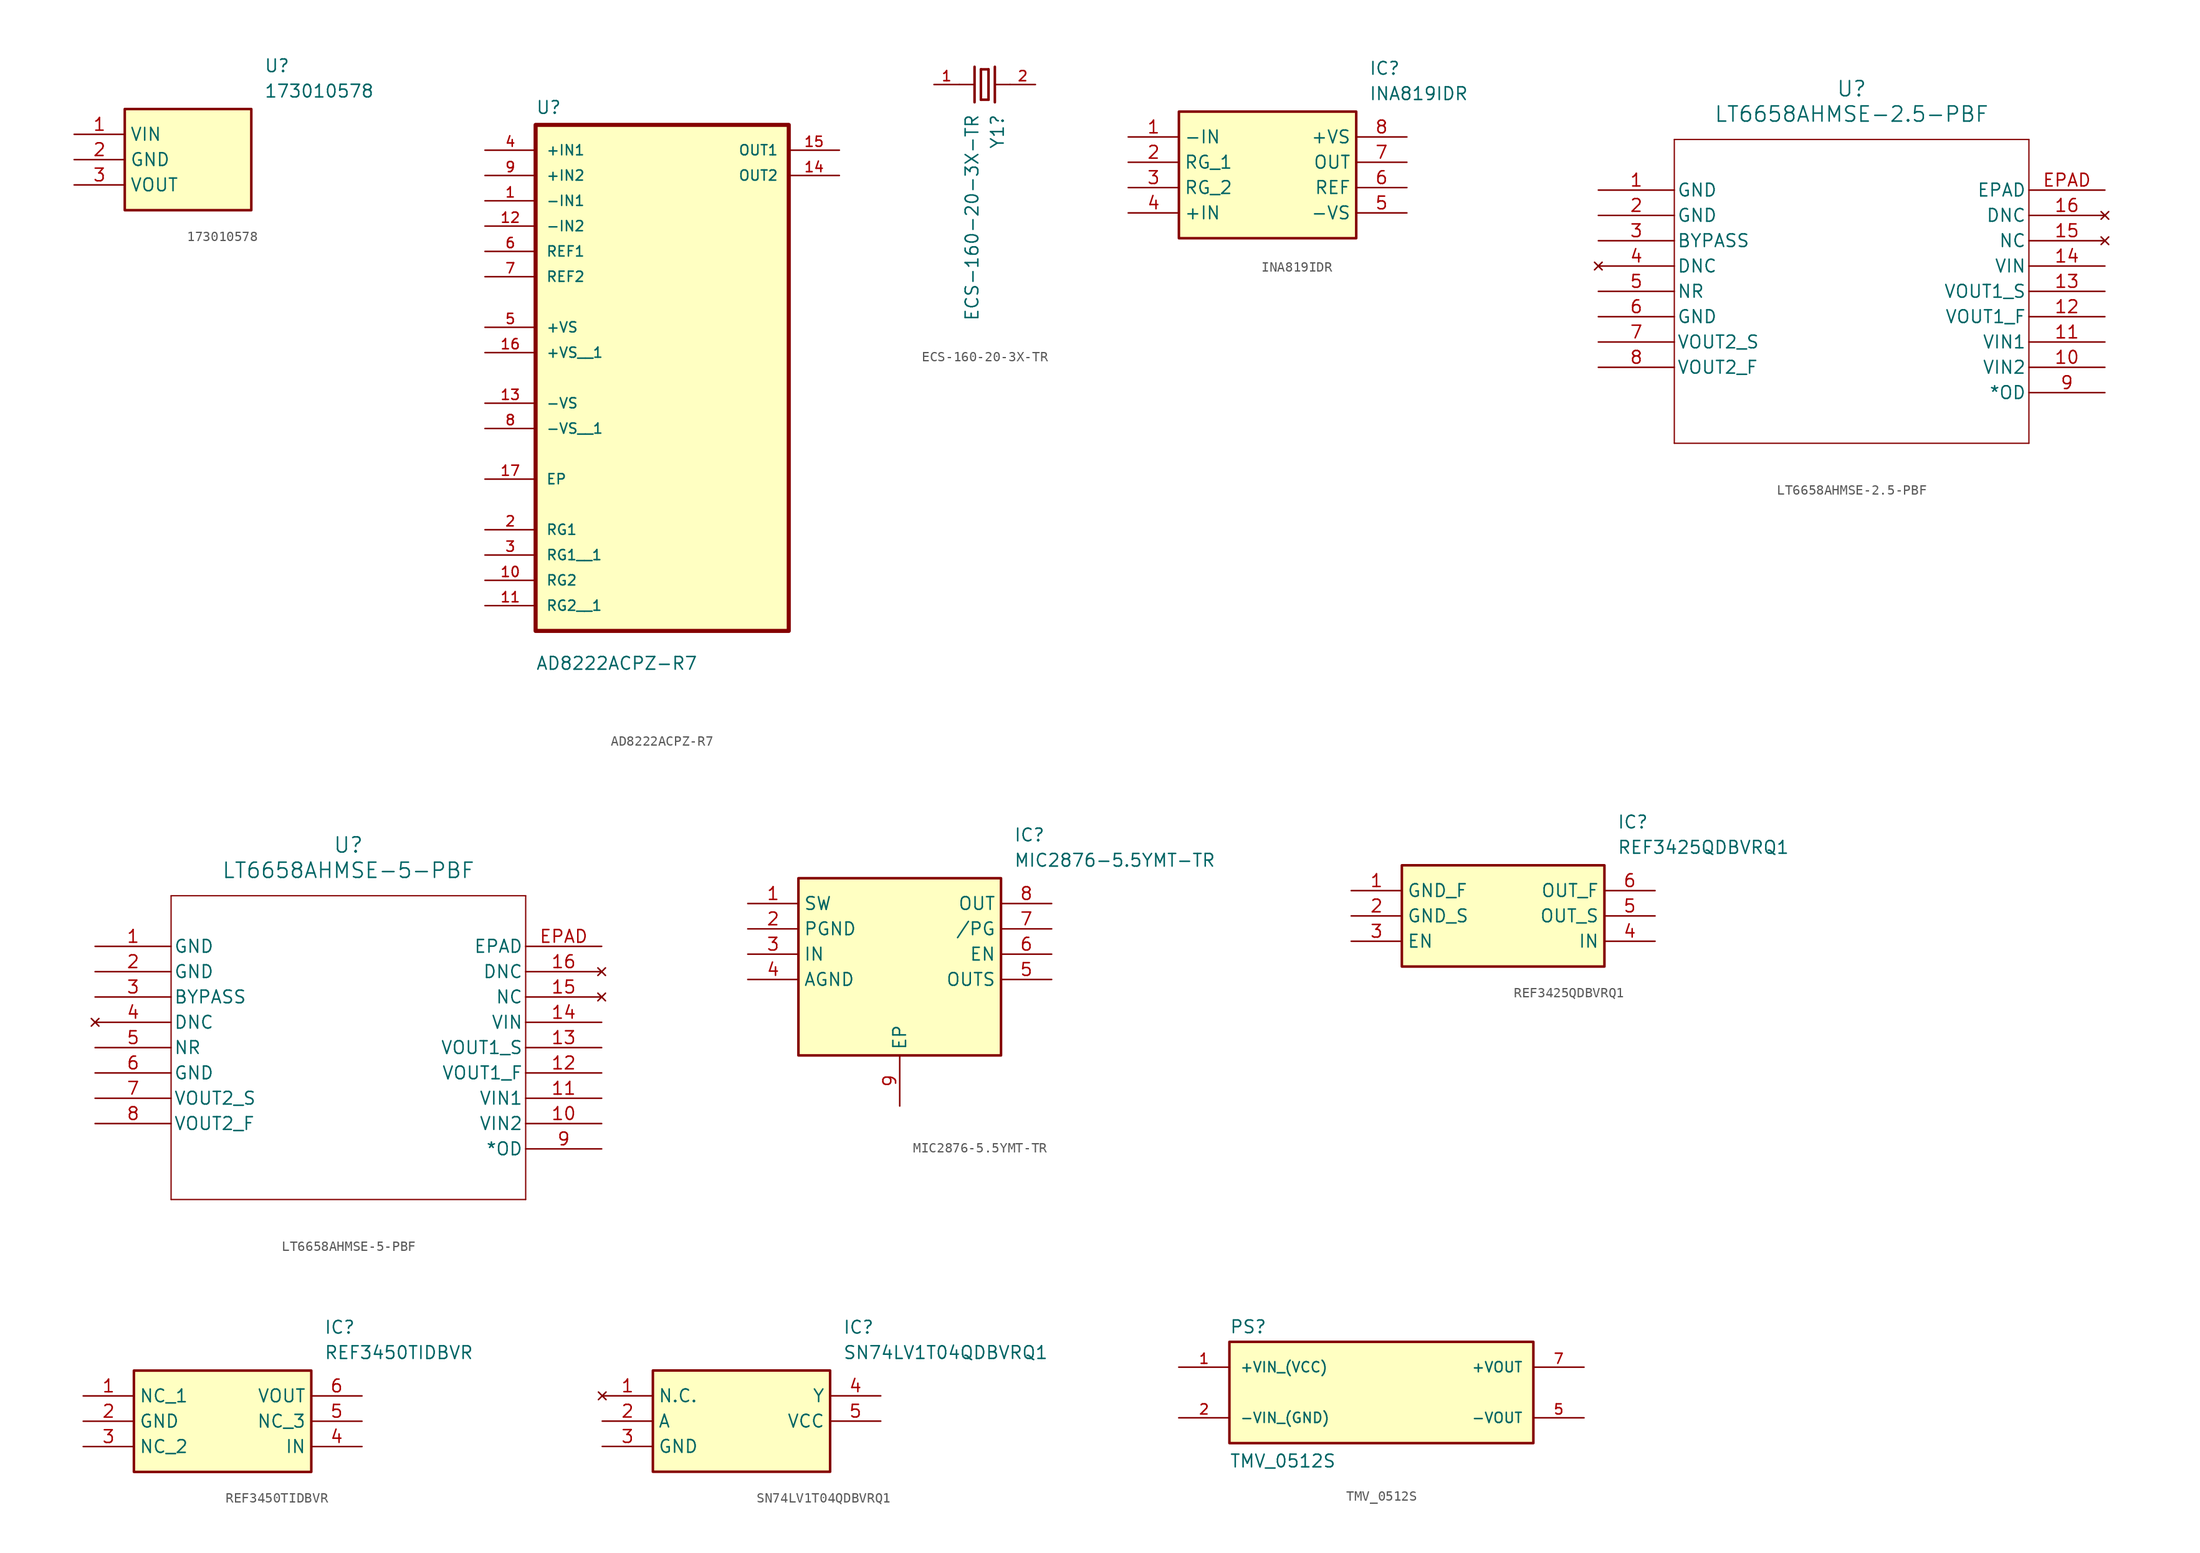
<source format=kicad_sym>
(kicad_symbol_lib
  (version 20220914)
  (generator kicad_symbol_editor)
  (symbol "173010578"
    (property "Reference" "U"
      (at 19.05 7.62 0)
      (effects (font (size 1.27 1.27)) (justify left top)))
    (property "Value" "173010578"
      (at 19.05 5.08 0)
      (effects (font (size 1.27 1.27)) (justify left top)))
    (symbol "173010578_1_1"
      (rectangle (start 5.08 2.54) (end 17.78 -7.62) (stroke (width 0.254) (type default)) (fill (type background)))
      (pin passive line (at 0 0 0) (length 5.08) (name "VIN" (effects (font (size 1.27 1.27)))) (number "1" (effects (font (size 1.27 1.27)))))
      (pin passive line (at 0 -2.54 0) (length 5.08) (name "GND" (effects (font (size 1.27 1.27)))) (number "2" (effects (font (size 1.27 1.27)))))
      (pin passive line (at 0 -5.08 0) (length 5.08) (name "VOUT" (effects (font (size 1.27 1.27)))) (number "3" (effects (font (size 1.27 1.27)))))))
  (symbol "AD8222ACPZ-R7"
    (pin_names
      (offset 1.016))
    (property "Reference" "U"
      (at -12.7 21.32 0)
      (effects (font (size 1.27 1.27)) (justify left bottom)))
    (property "Value" "AD8222ACPZ-R7"
      (at -12.7 -34.48 0)
      (effects (font (size 1.27 1.27)) (justify left bottom)))
    (symbol "AD8222ACPZ-R7_0_0"
      (rectangle (start -12.7 -30.48) (end 12.7 20.32) (stroke (width 0.41) (type default)) (fill (type background)))
      (pin input line (at -17.78 12.7 0) (length 5.08) (name "-IN1" (effects (font (size 1.016 1.016)))) (number "1" (effects (font (size 1.016 1.016)))))
      (pin bidirectional line (at -17.78 -25.4 0) (length 5.08) (name "RG2" (effects (font (size 1.016 1.016)))) (number "10" (effects (font (size 1.016 1.016)))))
      (pin bidirectional line (at -17.78 -27.94 0) (length 5.08) (name "RG2__1" (effects (font (size 1.016 1.016)))) (number "11" (effects (font (size 1.016 1.016)))))
      (pin input line (at -17.78 10.16 0) (length 5.08) (name "-IN2" (effects (font (size 1.016 1.016)))) (number "12" (effects (font (size 1.016 1.016)))))
      (pin bidirectional line (at -17.78 -7.62 0) (length 5.08) (name "-VS" (effects (font (size 1.016 1.016)))) (number "13" (effects (font (size 1.016 1.016)))))
      (pin output line (at 17.78 15.24 180) (length 5.08) (name "OUT2" (effects (font (size 1.016 1.016)))) (number "14" (effects (font (size 1.016 1.016)))))
      (pin output line (at 17.78 17.78 180) (length 5.08) (name "OUT1" (effects (font (size 1.016 1.016)))) (number "15" (effects (font (size 1.016 1.016)))))
      (pin bidirectional line (at -17.78 -2.54 0) (length 5.08) (name "+VS__1" (effects (font (size 1.016 1.016)))) (number "16" (effects (font (size 1.016 1.016)))))
      (pin bidirectional line (at -17.78 -15.24 0) (length 5.08) (name "EP" (effects (font (size 1.016 1.016)))) (number "17" (effects (font (size 1.016 1.016)))))
      (pin bidirectional line (at -17.78 -20.32 0) (length 5.08) (name "RG1" (effects (font (size 1.016 1.016)))) (number "2" (effects (font (size 1.016 1.016)))))
      (pin bidirectional line (at -17.78 -22.86 0) (length 5.08) (name "RG1__1" (effects (font (size 1.016 1.016)))) (number "3" (effects (font (size 1.016 1.016)))))
      (pin input line (at -17.78 17.78 0) (length 5.08) (name "+IN1" (effects (font (size 1.016 1.016)))) (number "4" (effects (font (size 1.016 1.016)))))
      (pin bidirectional line (at -17.78 0 0) (length 5.08) (name "+VS" (effects (font (size 1.016 1.016)))) (number "5" (effects (font (size 1.016 1.016)))))
      (pin input line (at -17.78 7.62 0) (length 5.08) (name "REF1" (effects (font (size 1.016 1.016)))) (number "6" (effects (font (size 1.016 1.016)))))
      (pin input line (at -17.78 5.08 0) (length 5.08) (name "REF2" (effects (font (size 1.016 1.016)))) (number "7" (effects (font (size 1.016 1.016)))))
      (pin bidirectional line (at -17.78 -10.16 0) (length 5.08) (name "-VS__1" (effects (font (size 1.016 1.016)))) (number "8" (effects (font (size 1.016 1.016)))))
      (pin input line (at -17.78 15.24 0) (length 5.08) (name "+IN2" (effects (font (size 1.016 1.016)))) (number "9" (effects (font (size 1.016 1.016)))))))
  (symbol "ECS-160-20-3X-TR"
    (pin_names
      (offset 1.016))
    (property "Reference" "Y1"
      (at 1.27 -2.921 90)
      (effects (font (size 1.27 1.27)) (justify right)))
    (property "Value" "ECS-160-20-3X-TR"
      (at -1.27 -2.921 90)
      (effects (font (size 1.27 1.27)) (justify right)))
    (symbol "ECS-160-20-3X-TR_0_0"
      (polyline (pts (xy -2.54 0) (xy -1.016 0)) (stroke (width 0.152) (type default)) (fill (type none)))
      (polyline (pts (xy -1.016 1.778) (xy -1.016 -1.778)) (stroke (width 0.254) (type default)) (fill (type none)))
      (polyline (pts (xy -0.381 -1.524) (xy 0.381 -1.524)) (stroke (width 0.254) (type default)) (fill (type none)))
      (polyline (pts (xy -0.381 1.524) (xy -0.381 -1.524)) (stroke (width 0.254) (type default)) (fill (type none)))
      (polyline (pts (xy 0.381 -1.524) (xy 0.381 1.524)) (stroke (width 0.254) (type default)) (fill (type none)))
      (polyline (pts (xy 0.381 1.524) (xy -0.381 1.524)) (stroke (width 0.254) (type default)) (fill (type none)))
      (polyline (pts (xy 1.016 0) (xy 2.54 0)) (stroke (width 0.152) (type default)) (fill (type none)))
      (polyline (pts (xy 1.016 1.778) (xy 1.016 -1.778)) (stroke (width 0.254) (type default)) (fill (type none)))
      (pin passive line (at -5.08 0 0) (length 2.54) (name "~" (effects (font (size 1.016 1.016)))) (number "1" (effects (font (size 1.016 1.016)))))
      (pin passive line (at 5.08 0 180) (length 2.54) (name "~" (effects (font (size 1.016 1.016)))) (number "2" (effects (font (size 1.016 1.016)))))))
  (symbol "INA819IDR"
    (property "Reference" "IC"
      (at 24.13 7.62 0)
      (effects (font (size 1.27 1.27)) (justify left top)))
    (property "Value" "INA819IDR"
      (at 24.13 5.08 0)
      (effects (font (size 1.27 1.27)) (justify left top)))
    (symbol "INA819IDR_1_1"
      (rectangle (start 5.08 2.54) (end 22.86 -10.16) (stroke (width 0.254) (type default)) (fill (type background)))
      (pin passive line (at 0 0 0) (length 5.08) (name "-IN" (effects (font (size 1.27 1.27)))) (number "1" (effects (font (size 1.27 1.27)))))
      (pin passive line (at 0 -2.54 0) (length 5.08) (name "RG_1" (effects (font (size 1.27 1.27)))) (number "2" (effects (font (size 1.27 1.27)))))
      (pin passive line (at 0 -5.08 0) (length 5.08) (name "RG_2" (effects (font (size 1.27 1.27)))) (number "3" (effects (font (size 1.27 1.27)))))
      (pin passive line (at 0 -7.62 0) (length 5.08) (name "+IN" (effects (font (size 1.27 1.27)))) (number "4" (effects (font (size 1.27 1.27)))))
      (pin passive line (at 27.94 -7.62 180) (length 5.08) (name "-VS" (effects (font (size 1.27 1.27)))) (number "5" (effects (font (size 1.27 1.27)))))
      (pin passive line (at 27.94 -5.08 180) (length 5.08) (name "REF" (effects (font (size 1.27 1.27)))) (number "6" (effects (font (size 1.27 1.27)))))
      (pin passive line (at 27.94 -2.54 180) (length 5.08) (name "OUT" (effects (font (size 1.27 1.27)))) (number "7" (effects (font (size 1.27 1.27)))))
      (pin passive line (at 27.94 0 180) (length 5.08) (name "+VS" (effects (font (size 1.27 1.27)))) (number "8" (effects (font (size 1.27 1.27)))))))
  (symbol "LT6658AHMSE-2.5-PBF"
    (pin_names
      (offset 0.254))
    (property "Reference" "U"
      (at 25.4 10.16 0)
      (effects (font (size 1.524 1.524))))
    (property "Value" "LT6658AHMSE-2.5-PBF"
      (at 25.4 7.62 0)
      (effects (font (size 1.524 1.524))))
    (symbol "LT6658AHMSE-2.5-PBF_0_1"
      (polyline (pts (xy 7.62 -25.4) (xy 43.18 -25.4)) (stroke (width 0.127) (type default)) (fill (type none)))
      (polyline (pts (xy 7.62 5.08) (xy 7.62 -25.4)) (stroke (width 0.127) (type default)) (fill (type none)))
      (polyline (pts (xy 43.18 -25.4) (xy 43.18 5.08)) (stroke (width 0.127) (type default)) (fill (type none)))
      (polyline (pts (xy 43.18 5.08) (xy 7.62 5.08)) (stroke (width 0.127) (type default)) (fill (type none)))
      (pin power_in line (at 0 0 0) (length 7.62) (name "GND" (effects (font (size 1.27 1.27)))) (number "1" (effects (font (size 1.27 1.27)))))
      (pin input line (at 50.8 -17.78 180) (length 7.62) (name "VIN2" (effects (font (size 1.27 1.27)))) (number "10" (effects (font (size 1.27 1.27)))))
      (pin input line (at 50.8 -15.24 180) (length 7.62) (name "VIN1" (effects (font (size 1.27 1.27)))) (number "11" (effects (font (size 1.27 1.27)))))
      (pin output line (at 50.8 -12.7 180) (length 7.62) (name "VOUT1_F" (effects (font (size 1.27 1.27)))) (number "12" (effects (font (size 1.27 1.27)))))
      (pin output line (at 50.8 -10.16 180) (length 7.62) (name "VOUT1_S" (effects (font (size 1.27 1.27)))) (number "13" (effects (font (size 1.27 1.27)))))
      (pin input line (at 50.8 -7.62 180) (length 7.62) (name "VIN" (effects (font (size 1.27 1.27)))) (number "14" (effects (font (size 1.27 1.27)))))
      (pin no_connect line (at 50.8 -5.08 180) (length 7.62) (name "NC" (effects (font (size 1.27 1.27)))) (number "15" (effects (font (size 1.27 1.27)))))
      (pin no_connect line (at 50.8 -2.54 180) (length 7.62) (name "DNC" (effects (font (size 1.27 1.27)))) (number "16" (effects (font (size 1.27 1.27)))))
      (pin power_in line (at 0 -2.54 0) (length 7.62) (name "GND" (effects (font (size 1.27 1.27)))) (number "2" (effects (font (size 1.27 1.27)))))
      (pin unspecified line (at 0 -5.08 0) (length 7.62) (name "BYPASS" (effects (font (size 1.27 1.27)))) (number "3" (effects (font (size 1.27 1.27)))))
      (pin no_connect line (at 0 -7.62 0) (length 7.62) (name "DNC" (effects (font (size 1.27 1.27)))) (number "4" (effects (font (size 1.27 1.27)))))
      (pin unspecified line (at 0 -10.16 0) (length 7.62) (name "NR" (effects (font (size 1.27 1.27)))) (number "5" (effects (font (size 1.27 1.27)))))
      (pin power_in line (at 0 -12.7 0) (length 7.62) (name "GND" (effects (font (size 1.27 1.27)))) (number "6" (effects (font (size 1.27 1.27)))))
      (pin output line (at 0 -15.24 0) (length 7.62) (name "VOUT2_S" (effects (font (size 1.27 1.27)))) (number "7" (effects (font (size 1.27 1.27)))))
      (pin output line (at 0 -17.78 0) (length 7.62) (name "VOUT2_F" (effects (font (size 1.27 1.27)))) (number "8" (effects (font (size 1.27 1.27)))))
      (pin output line (at 50.8 -20.32 180) (length 7.62) (name "*OD" (effects (font (size 1.27 1.27)))) (number "9" (effects (font (size 1.27 1.27)))))
      (pin unspecified line (at 50.8 0 180) (length 7.62) (name "EPAD" (effects (font (size 1.27 1.27)))) (number "EPAD" (effects (font (size 1.27 1.27)))))))
  (symbol "LT6658AHMSE-5-PBF"
    (pin_names
      (offset 0.254))
    (property "Reference" "U"
      (at 25.4 10.16 0)
      (effects (font (size 1.524 1.524))))
    (property "Value" "LT6658AHMSE-5-PBF"
      (at 25.4 7.62 0)
      (effects (font (size 1.524 1.524))))
    (symbol "LT6658AHMSE-5-PBF_0_1"
      (polyline (pts (xy 7.62 -25.4) (xy 43.18 -25.4)) (stroke (width 0.127) (type default)) (fill (type none)))
      (polyline (pts (xy 7.62 5.08) (xy 7.62 -25.4)) (stroke (width 0.127) (type default)) (fill (type none)))
      (polyline (pts (xy 43.18 -25.4) (xy 43.18 5.08)) (stroke (width 0.127) (type default)) (fill (type none)))
      (polyline (pts (xy 43.18 5.08) (xy 7.62 5.08)) (stroke (width 0.127) (type default)) (fill (type none)))
      (pin power_in line (at 0 0 0) (length 7.62) (name "GND" (effects (font (size 1.27 1.27)))) (number "1" (effects (font (size 1.27 1.27)))))
      (pin input line (at 50.8 -17.78 180) (length 7.62) (name "VIN2" (effects (font (size 1.27 1.27)))) (number "10" (effects (font (size 1.27 1.27)))))
      (pin input line (at 50.8 -15.24 180) (length 7.62) (name "VIN1" (effects (font (size 1.27 1.27)))) (number "11" (effects (font (size 1.27 1.27)))))
      (pin output line (at 50.8 -12.7 180) (length 7.62) (name "VOUT1_F" (effects (font (size 1.27 1.27)))) (number "12" (effects (font (size 1.27 1.27)))))
      (pin output line (at 50.8 -10.16 180) (length 7.62) (name "VOUT1_S" (effects (font (size 1.27 1.27)))) (number "13" (effects (font (size 1.27 1.27)))))
      (pin input line (at 50.8 -7.62 180) (length 7.62) (name "VIN" (effects (font (size 1.27 1.27)))) (number "14" (effects (font (size 1.27 1.27)))))
      (pin no_connect line (at 50.8 -5.08 180) (length 7.62) (name "NC" (effects (font (size 1.27 1.27)))) (number "15" (effects (font (size 1.27 1.27)))))
      (pin no_connect line (at 50.8 -2.54 180) (length 7.62) (name "DNC" (effects (font (size 1.27 1.27)))) (number "16" (effects (font (size 1.27 1.27)))))
      (pin power_in line (at 0 -2.54 0) (length 7.62) (name "GND" (effects (font (size 1.27 1.27)))) (number "2" (effects (font (size 1.27 1.27)))))
      (pin unspecified line (at 0 -5.08 0) (length 7.62) (name "BYPASS" (effects (font (size 1.27 1.27)))) (number "3" (effects (font (size 1.27 1.27)))))
      (pin no_connect line (at 0 -7.62 0) (length 7.62) (name "DNC" (effects (font (size 1.27 1.27)))) (number "4" (effects (font (size 1.27 1.27)))))
      (pin unspecified line (at 0 -10.16 0) (length 7.62) (name "NR" (effects (font (size 1.27 1.27)))) (number "5" (effects (font (size 1.27 1.27)))))
      (pin power_in line (at 0 -12.7 0) (length 7.62) (name "GND" (effects (font (size 1.27 1.27)))) (number "6" (effects (font (size 1.27 1.27)))))
      (pin output line (at 0 -15.24 0) (length 7.62) (name "VOUT2_S" (effects (font (size 1.27 1.27)))) (number "7" (effects (font (size 1.27 1.27)))))
      (pin output line (at 0 -17.78 0) (length 7.62) (name "VOUT2_F" (effects (font (size 1.27 1.27)))) (number "8" (effects (font (size 1.27 1.27)))))
      (pin output line (at 50.8 -20.32 180) (length 7.62) (name "*OD" (effects (font (size 1.27 1.27)))) (number "9" (effects (font (size 1.27 1.27)))))
      (pin unspecified line (at 50.8 0 180) (length 7.62) (name "EPAD" (effects (font (size 1.27 1.27)))) (number "EPAD" (effects (font (size 1.27 1.27)))))))
  (symbol "MIC2876-5.5YMT-TR"
    (property "Reference" "IC"
      (at 26.67 7.62 0)
      (effects (font (size 1.27 1.27)) (justify left top)))
    (property "Value" "MIC2876-5.5YMT-TR"
      (at 26.67 5.08 0)
      (effects (font (size 1.27 1.27)) (justify left top)))
    (symbol "MIC2876-5.5YMT-TR_1_1"
      (rectangle (start 5.08 2.54) (end 25.4 -15.24) (stroke (width 0.254) (type default)) (fill (type background)))
      (pin passive line (at 0 0 0) (length 5.08) (name "SW" (effects (font (size 1.27 1.27)))) (number "1" (effects (font (size 1.27 1.27)))))
      (pin passive line (at 0 -2.54 0) (length 5.08) (name "PGND" (effects (font (size 1.27 1.27)))) (number "2" (effects (font (size 1.27 1.27)))))
      (pin passive line (at 0 -5.08 0) (length 5.08) (name "IN" (effects (font (size 1.27 1.27)))) (number "3" (effects (font (size 1.27 1.27)))))
      (pin passive line (at 0 -7.62 0) (length 5.08) (name "AGND" (effects (font (size 1.27 1.27)))) (number "4" (effects (font (size 1.27 1.27)))))
      (pin passive line (at 30.48 -7.62 180) (length 5.08) (name "OUTS" (effects (font (size 1.27 1.27)))) (number "5" (effects (font (size 1.27 1.27)))))
      (pin passive line (at 30.48 -5.08 180) (length 5.08) (name "EN" (effects (font (size 1.27 1.27)))) (number "6" (effects (font (size 1.27 1.27)))))
      (pin passive line (at 30.48 -2.54 180) (length 5.08) (name "/PG" (effects (font (size 1.27 1.27)))) (number "7" (effects (font (size 1.27 1.27)))))
      (pin passive line (at 30.48 0 180) (length 5.08) (name "OUT" (effects (font (size 1.27 1.27)))) (number "8" (effects (font (size 1.27 1.27)))))
      (pin passive line (at 15.24 -20.32 90) (length 5.08) (name "EP" (effects (font (size 1.27 1.27)))) (number "9" (effects (font (size 1.27 1.27)))))))
  (symbol "REF3425QDBVRQ1"
    (property "Reference" "IC"
      (at 26.67 7.62 0)
      (effects (font (size 1.27 1.27)) (justify left top)))
    (property "Value" "REF3425QDBVRQ1"
      (at 26.67 5.08 0)
      (effects (font (size 1.27 1.27)) (justify left top)))
    (symbol "REF3425QDBVRQ1_1_1"
      (rectangle (start 5.08 2.54) (end 25.4 -7.62) (stroke (width 0.254) (type default)) (fill (type background)))
      (pin passive line (at 0 0 0) (length 5.08) (name "GND_F" (effects (font (size 1.27 1.27)))) (number "1" (effects (font (size 1.27 1.27)))))
      (pin passive line (at 0 -2.54 0) (length 5.08) (name "GND_S" (effects (font (size 1.27 1.27)))) (number "2" (effects (font (size 1.27 1.27)))))
      (pin passive line (at 0 -5.08 0) (length 5.08) (name "EN" (effects (font (size 1.27 1.27)))) (number "3" (effects (font (size 1.27 1.27)))))
      (pin passive line (at 30.48 -5.08 180) (length 5.08) (name "IN" (effects (font (size 1.27 1.27)))) (number "4" (effects (font (size 1.27 1.27)))))
      (pin passive line (at 30.48 -2.54 180) (length 5.08) (name "OUT_S" (effects (font (size 1.27 1.27)))) (number "5" (effects (font (size 1.27 1.27)))))
      (pin passive line (at 30.48 0 180) (length 5.08) (name "OUT_F" (effects (font (size 1.27 1.27)))) (number "6" (effects (font (size 1.27 1.27)))))))
  (symbol "REF3450TIDBVR"
    (property "Reference" "IC"
      (at 24.13 7.62 0)
      (effects (font (size 1.27 1.27)) (justify left top)))
    (property "Value" "REF3450TIDBVR"
      (at 24.13 5.08 0)
      (effects (font (size 1.27 1.27)) (justify left top)))
    (symbol "REF3450TIDBVR_1_1"
      (rectangle (start 5.08 2.54) (end 22.86 -7.62) (stroke (width 0.254) (type default)) (fill (type background)))
      (pin passive line (at 0 0 0) (length 5.08) (name "NC_1" (effects (font (size 1.27 1.27)))) (number "1" (effects (font (size 1.27 1.27)))))
      (pin passive line (at 0 -2.54 0) (length 5.08) (name "GND" (effects (font (size 1.27 1.27)))) (number "2" (effects (font (size 1.27 1.27)))))
      (pin passive line (at 0 -5.08 0) (length 5.08) (name "NC_2" (effects (font (size 1.27 1.27)))) (number "3" (effects (font (size 1.27 1.27)))))
      (pin passive line (at 27.94 -5.08 180) (length 5.08) (name "IN" (effects (font (size 1.27 1.27)))) (number "4" (effects (font (size 1.27 1.27)))))
      (pin passive line (at 27.94 -2.54 180) (length 5.08) (name "NC_3" (effects (font (size 1.27 1.27)))) (number "5" (effects (font (size 1.27 1.27)))))
      (pin passive line (at 27.94 0 180) (length 5.08) (name "VOUT" (effects (font (size 1.27 1.27)))) (number "6" (effects (font (size 1.27 1.27)))))))
  (symbol "SN74LV1T04QDBVRQ1"
    (property "Reference" "IC"
      (at 24.13 7.62 0)
      (effects (font (size 1.27 1.27)) (justify left top)))
    (property "Value" "SN74LV1T04QDBVRQ1"
      (at 24.13 5.08 0)
      (effects (font (size 1.27 1.27)) (justify left top)))
    (symbol "SN74LV1T04QDBVRQ1_1_1"
      (rectangle (start 5.08 2.54) (end 22.86 -7.62) (stroke (width 0.254) (type default)) (fill (type background)))
      (pin no_connect line (at 0 0 0) (length 5.08) (name "N.C." (effects (font (size 1.27 1.27)))) (number "1" (effects (font (size 1.27 1.27)))))
      (pin passive line (at 0 -2.54 0) (length 5.08) (name "A" (effects (font (size 1.27 1.27)))) (number "2" (effects (font (size 1.27 1.27)))))
      (pin passive line (at 0 -5.08 0) (length 5.08) (name "GND" (effects (font (size 1.27 1.27)))) (number "3" (effects (font (size 1.27 1.27)))))
      (pin passive line (at 27.94 0 180) (length 5.08) (name "Y" (effects (font (size 1.27 1.27)))) (number "4" (effects (font (size 1.27 1.27)))))
      (pin passive line (at 27.94 -2.54 180) (length 5.08) (name "VCC" (effects (font (size 1.27 1.27)))) (number "5" (effects (font (size 1.27 1.27)))))))
  (symbol "TMV_0512S"
    (pin_names
      (offset 1.016))
    (property "Reference" "PS"
      (at -15.24 5.842 0)
      (effects (font (size 1.27 1.27)) (justify left bottom)))
    (property "Value" "TMV_0512S"
      (at -15.24 -7.62 0)
      (effects (font (size 1.27 1.27)) (justify left bottom)))
    (symbol "TMV_0512S_0_0"
      (rectangle (start -15.24 -5.08) (end 15.24 5.08) (stroke (width 0.254) (type default)) (fill (type background)))
      (pin input line (at -20.32 2.54 0) (length 5.08) (name "+VIN_(VCC)" (effects (font (size 1.016 1.016)))) (number "1" (effects (font (size 1.016 1.016)))))
      (pin input line (at -20.32 -2.54 0) (length 5.08) (name "-VIN_(GND)" (effects (font (size 1.016 1.016)))) (number "2" (effects (font (size 1.016 1.016)))))
      (pin output line (at 20.32 -2.54 180) (length 5.08) (name "-VOUT" (effects (font (size 1.016 1.016)))) (number "5" (effects (font (size 1.016 1.016)))))
      (pin output line (at 20.32 2.54 180) (length 5.08) (name "+VOUT" (effects (font (size 1.016 1.016)))) (number "7" (effects (font (size 1.016 1.016))))))))
</source>
